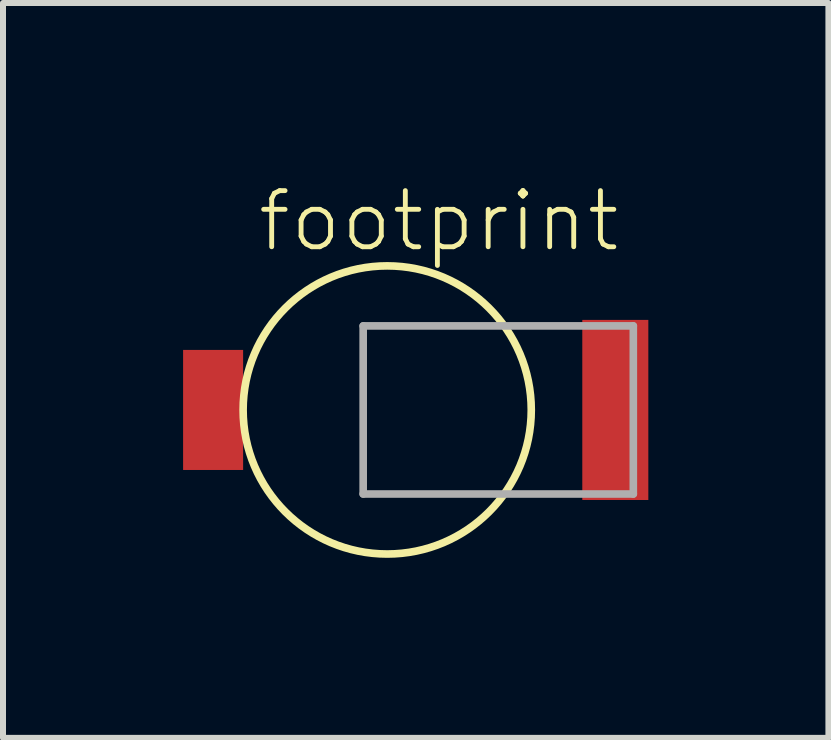
<source format=kicad_pcb>
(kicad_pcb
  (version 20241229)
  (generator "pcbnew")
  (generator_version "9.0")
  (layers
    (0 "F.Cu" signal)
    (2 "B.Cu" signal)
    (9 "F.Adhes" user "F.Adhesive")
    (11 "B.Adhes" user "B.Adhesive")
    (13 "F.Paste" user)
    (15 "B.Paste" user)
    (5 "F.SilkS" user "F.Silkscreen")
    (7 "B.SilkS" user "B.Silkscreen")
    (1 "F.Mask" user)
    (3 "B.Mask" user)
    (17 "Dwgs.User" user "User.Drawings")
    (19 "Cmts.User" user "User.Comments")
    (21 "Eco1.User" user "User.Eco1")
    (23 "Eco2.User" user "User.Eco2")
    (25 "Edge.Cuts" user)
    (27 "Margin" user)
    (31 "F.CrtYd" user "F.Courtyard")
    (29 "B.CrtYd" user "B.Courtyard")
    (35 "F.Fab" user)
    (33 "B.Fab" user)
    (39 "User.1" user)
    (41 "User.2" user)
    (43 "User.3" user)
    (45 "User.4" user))
  (footprint "footprint"
    (layer "F.Cu")
    (at 3.4 3.779)
    (property "Reference" "footprint" (at -2.2 -2.6 0) (layer "F.SilkS") (effects (font (size 0.935 0.935) (thickness 0.081)) (justify left bottom)))
    (fp_circle (center 0 0) (end 2.4 0) (stroke (width 0.127) (type solid)) (fill no) (layer "F.SilkS"))
    (fp_line (start -0.4 -1.4) (end 4.1 -1.4) (stroke (width 0.127) (type solid)) (layer "F.Fab"))
    (fp_line (start -0.4 1.4) (end -0.4 -1.4) (stroke (width 0.127) (type solid)) (layer "F.Fab"))
    (fp_line (start 4.1 -1.4) (end 4.1 1.4) (stroke (width 0.127) (type solid)) (layer "F.Fab"))
    (fp_line (start 4.1 1.4) (end -0.4 1.4) (stroke (width 0.127) (type solid)) (layer "F.Fab"))
    (pad "+" smd rect (at -2.9 0 90) (size 2 1) (layers "F.Cu" "F.Mask" "F.Paste"))
    (pad "-" smd rect (at 3.8 0 90) (size 3 1.1) (layers "F.Cu" "F.Mask" "F.Paste")))
  (gr_rect
    (start -3 -3)
    (end 10.75 9.242)
    (stroke (width 0.1) (type default))
    (fill no)
    (layer "Edge.Cuts")))
</source>
